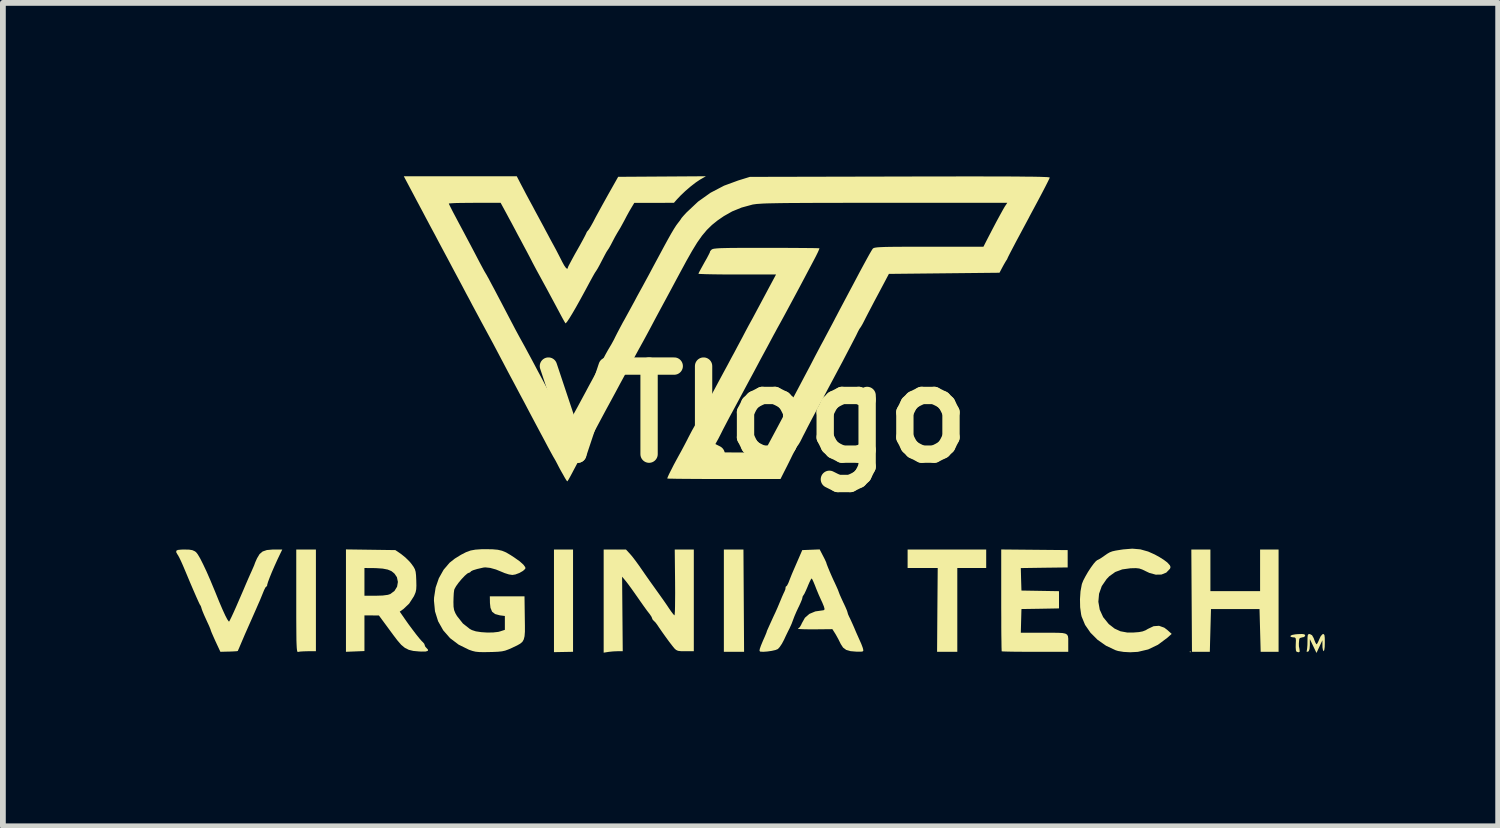
<source format=kicad_pcb>
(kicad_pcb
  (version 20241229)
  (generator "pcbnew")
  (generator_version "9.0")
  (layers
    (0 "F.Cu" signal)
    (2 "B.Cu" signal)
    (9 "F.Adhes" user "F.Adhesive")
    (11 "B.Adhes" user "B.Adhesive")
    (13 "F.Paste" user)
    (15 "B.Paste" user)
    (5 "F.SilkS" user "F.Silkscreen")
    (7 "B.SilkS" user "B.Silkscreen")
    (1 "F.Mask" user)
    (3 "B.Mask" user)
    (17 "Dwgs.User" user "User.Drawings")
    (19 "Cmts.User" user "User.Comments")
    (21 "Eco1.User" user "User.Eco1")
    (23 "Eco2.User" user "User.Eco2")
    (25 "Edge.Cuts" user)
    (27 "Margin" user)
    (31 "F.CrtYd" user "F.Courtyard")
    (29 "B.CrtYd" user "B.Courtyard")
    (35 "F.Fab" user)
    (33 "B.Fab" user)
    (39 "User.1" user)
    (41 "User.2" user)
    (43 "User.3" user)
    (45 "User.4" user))
  (footprint "VTlogo"
    (layer "F.Cu")
    (at 9.997 4.12)
    (property "Reference" "VTlogo" (at 0 0 0) (layer "F.SilkS") (effects (font (size 1.524 1.524) (thickness 0.3))))
    (attr board_only exclude_from_pos_files exclude_from_bom)
    (fp_poly (pts (xy -3.13 4.11) (xy -3.46 4.116) (xy -3.46 2.34) (xy -3.13 2.34)) (stroke (width 0) (type solid)) (fill yes) (layer "F.SilkS"))
    (fp_poly (pts (xy -0.17 4.11) (xy -0.52 4.11) (xy -0.52 2.34) (xy -0.181 2.34)) (stroke (width 0) (type solid)) (fill yes) (layer "F.SilkS"))
    (fp_poly (pts (xy 7.56 4.11) (xy 7.55 4.12) (xy 7.54 4.11) (xy 7.55 4.1)) (stroke (width 0) (type solid)) (fill yes) (layer "F.SilkS"))
    (fp_poly (pts (xy 4.02 2.66) (xy 3.52 2.66) (xy 3.52 3.385) (xy 3.52 4.11) (xy 3.17 4.11) (xy 3.175 3.385) (xy 3.181 2.66) (xy 2.66 2.66) (xy 2.66 2.34) (xy 4.02 2.34)) (stroke (width 0) (type solid)) (fill yes) (layer "F.SilkS"))
    (fp_poly (pts (xy 7.9 2.34) (xy 7.9 3.06) (xy 8.76 3.06) (xy 8.76 2.34) (xy 9.08 2.34) (xy 9.08 3.225) (xy 9.08 4.11) (xy 8.77 4.11) (xy 8.75 3.37) (xy 7.91 3.37) (xy 7.89 4.11) (xy 7.581 4.11) (xy 7.57 2.34)) (stroke (width 0) (type solid)) (fill yes) (layer "F.SilkS"))
    (fp_poly (pts (xy -7.58 4.1) (xy -7.718 4.1) (xy -7.793 4.102) (xy -7.854 4.106) (xy -7.888 4.112) (xy -7.896 4.112) (xy -7.902 4.103) (xy -7.907 4.082) (xy -7.911 4.046) (xy -7.914 3.991) (xy -7.917 3.914) (xy -7.918 3.812) (xy -7.919 3.681) (xy -7.92 3.518) (xy -7.92 3.32) (xy -7.92 3.232) (xy -7.92 2.34) (xy -7.58 2.34)) (stroke (width 0) (type solid)) (fill yes) (layer "F.SilkS"))
    (fp_poly (pts (xy 9.524 3.807) (xy 9.539 3.821) (xy 9.54 3.829) (xy 9.523 3.854) (xy 9.49 3.86) (xy 9.448 3.872) (xy 9.437 3.895) (xy 9.431 3.966) (xy 9.432 4.015) (xy 9.441 4.059) (xy 9.442 4.065) (xy 9.446 4.107) (xy 9.425 4.119) (xy 9.39 4.108) (xy 9.38 4.085) (xy 9.376 4.033) (xy 9.377 3.98) (xy 9.38 3.914) (xy 9.376 3.878) (xy 9.363 3.863) (xy 9.337 3.86) (xy 9.33 3.86) (xy 9.291 3.852) (xy 9.285 3.835) (xy 9.31 3.819) (xy 9.368 3.808) (xy 9.417 3.804) (xy 9.486 3.802)) (stroke (width 0) (type solid)) (fill yes) (layer "F.SilkS"))
    (fp_poly (pts (xy 5.43 2.35) (xy 5.43 2.65) (xy 5.024 2.655) (xy 4.619 2.661) (xy 4.624 2.855) (xy 4.63 3.05) (xy 5.28 3.061) (xy 5.28 3.359) (xy 4.955 3.365) (xy 4.63 3.37) (xy 4.619 3.78) (xy 5.017 3.78) (xy 5.158 3.78) (xy 5.263 3.781) (xy 5.339 3.785) (xy 5.389 3.795) (xy 5.42 3.813) (xy 5.435 3.841) (xy 5.44 3.882) (xy 5.44 3.938) (xy 5.44 3.977) (xy 5.44 4.11) (xy 4.868 4.11) (xy 4.721 4.11) (xy 4.588 4.109) (xy 4.473 4.108) (xy 4.381 4.106) (xy 4.318 4.104) (xy 4.29 4.102) (xy 4.288 4.102) (xy 4.287 4.081) (xy 4.285 4.024) (xy 4.284 3.935) (xy 4.282 3.818) (xy 4.281 3.678) (xy 4.281 3.518) (xy 4.28 3.343) (xy 4.28 3.216) (xy 4.28 2.339)) (stroke (width 0) (type solid)) (fill yes) (layer "F.SilkS"))
    (fp_poly (pts (xy 9.623 3.804) (xy 9.659 3.823) (xy 9.688 3.874) (xy 9.695 3.895) (xy 9.715 3.946) (xy 9.732 3.976) (xy 9.738 3.98) (xy 9.752 3.963) (xy 9.773 3.92) (xy 9.783 3.895) (xy 9.808 3.842) (xy 9.836 3.809) (xy 9.847 3.804) (xy 9.864 3.805) (xy 9.874 3.824) (xy 9.879 3.867) (xy 9.88 3.942) (xy 9.88 3.949) (xy 9.878 4.025) (xy 9.871 4.078) (xy 9.861 4.1) (xy 9.86 4.1) (xy 9.848 4.082) (xy 9.84 4.036) (xy 9.839 4.005) (xy 9.838 3.91) (xy 9.787 4.02) (xy 9.736 4.13) (xy 9.621 3.89) (xy 9.621 3.993) (xy 9.616 4.061) (xy 9.602 4.098) (xy 9.588 4.108) (xy 9.565 4.11) (xy 9.568 4.089) (xy 9.574 4.053) (xy 9.579 3.991) (xy 9.58 3.927) (xy 9.581 3.857) (xy 9.586 3.819) (xy 9.598 3.804) (xy 9.619 3.803)) (stroke (width 0) (type solid)) (fill yes) (layer "F.SilkS"))
    (fp_poly (pts (xy -1.205 2.34) (xy -1.04 2.34) (xy -1.04 4.1) (xy -1.186 4.1) (xy -1.264 4.099) (xy -1.313 4.093) (xy -1.346 4.078) (xy -1.374 4.053) (xy -1.381 4.045) (xy -1.418 3.999) (xy -1.471 3.93) (xy -1.53 3.849) (xy -1.589 3.766) (xy -1.641 3.691) (xy -1.668 3.65) (xy -1.701 3.605) (xy -1.731 3.575) (xy -1.733 3.574) (xy -1.757 3.546) (xy -1.76 3.534) (xy -1.772 3.504) (xy -1.802 3.459) (xy -1.817 3.44) (xy -1.852 3.395) (xy -1.901 3.327) (xy -1.959 3.245) (xy -2.012 3.169) (xy -2.073 3.082) (xy -2.133 2.998) (xy -2.184 2.929) (xy -2.215 2.889) (xy -2.281 2.81) (xy -2.27 4.1) (xy -2.36 4.1) (xy -2.436 4.103) (xy -2.512 4.111) (xy -2.525 4.113) (xy -2.6 4.125) (xy -2.6 2.34) (xy -2.214 2.34) (xy -2.142 2.418) (xy -2.099 2.469) (xy -2.044 2.541) (xy -1.984 2.624) (xy -1.95 2.673) (xy -1.885 2.767) (xy -1.808 2.877) (xy -1.73 2.986) (xy -1.69 3.042) (xy -1.625 3.133) (xy -1.559 3.226) (xy -1.501 3.31) (xy -1.47 3.357) (xy -1.429 3.416) (xy -1.395 3.46) (xy -1.376 3.479) (xy -1.374 3.479) (xy -1.371 3.46) (xy -1.367 3.406) (xy -1.365 3.322) (xy -1.364 3.213) (xy -1.363 3.085) (xy -1.364 2.941) (xy -1.364 2.91) (xy -1.37 2.34)) (stroke (width 0) (type solid)) (fill yes) (layer "F.SilkS"))
    (fp_poly (pts (xy -6.633 2.344) (xy -6.205 2.35) (xy -6.104 2.419) (xy -6.032 2.477) (xy -5.96 2.548) (xy -5.926 2.589) (xy -5.89 2.639) (xy -5.867 2.681) (xy -5.854 2.726) (xy -5.847 2.786) (xy -5.843 2.872) (xy -5.841 2.964) (xy -5.844 3.028) (xy -5.854 3.078) (xy -5.874 3.127) (xy -5.886 3.152) (xy -5.967 3.277) (xy -6.07 3.374) (xy -6.083 3.382) (xy -6.129 3.415) (xy -6.041 3.542) (xy -5.977 3.633) (xy -5.91 3.723) (xy -5.847 3.806) (xy -5.791 3.876) (xy -5.748 3.925) (xy -5.726 3.946) (xy -5.702 3.976) (xy -5.7 3.989) (xy -5.686 4.023) (xy -5.67 4.04) (xy -5.64 4.073) (xy -5.643 4.094) (xy -5.681 4.105) (xy -5.756 4.106) (xy -5.795 4.104) (xy -5.894 4.095) (xy -5.972 4.076) (xy -6.04 4.042) (xy -6.104 3.989) (xy -6.172 3.91) (xy -6.238 3.823) (xy -6.289 3.754) (xy -6.349 3.672) (xy -6.4 3.603) (xy -6.49 3.481) (xy -6.74 3.48) (xy -6.74 4.097) (xy -7.06 4.11) (xy -7.06 3.224) (xy -7.06 2.66) (xy -6.74 2.66) (xy -6.74 3.14) (xy -6.548 3.14) (xy -6.423 3.136) (xy -6.334 3.124) (xy -6.292 3.11) (xy -6.22 3.056) (xy -6.175 2.983) (xy -6.161 2.901) (xy -6.178 2.819) (xy -6.22 2.757) (xy -6.271 2.715) (xy -6.337 2.687) (xy -6.424 2.67) (xy -6.54 2.662) (xy -6.595 2.661) (xy -6.74 2.66) (xy -7.06 2.66) (xy -7.06 2.338)) (stroke (width 0) (type solid)) (fill yes) (layer "F.SilkS"))
    (fp_poly (pts (xy 6.688 2.337) (xy 6.823 2.375) (xy 6.935 2.425) (xy 7.017 2.47) (xy 7.093 2.518) (xy 7.149 2.56) (xy 7.162 2.572) (xy 7.199 2.614) (xy 7.21 2.643) (xy 7.201 2.672) (xy 7.198 2.675) (xy 7.137 2.739) (xy 7.054 2.773) (xy 6.954 2.775) (xy 6.844 2.745) (xy 6.787 2.718) (xy 6.721 2.686) (xy 6.668 2.668) (xy 6.611 2.662) (xy 6.533 2.664) (xy 6.52 2.664) (xy 6.374 2.684) (xy 6.253 2.729) (xy 6.15 2.803) (xy 6.104 2.851) (xy 6.02 2.973) (xy 5.973 3.106) (xy 5.961 3.244) (xy 5.985 3.381) (xy 6.044 3.51) (xy 6.137 3.625) (xy 6.145 3.633) (xy 6.243 3.709) (xy 6.344 3.755) (xy 6.459 3.776) (xy 6.572 3.776) (xy 6.663 3.769) (xy 6.727 3.757) (xy 6.779 3.737) (xy 6.818 3.714) (xy 6.917 3.667) (xy 7.011 3.66) (xy 7.101 3.692) (xy 7.152 3.73) (xy 7.23 3.8) (xy 7.15 3.871) (xy 6.991 3.989) (xy 6.823 4.069) (xy 6.645 4.111) (xy 6.512 4.118) (xy 6.399 4.112) (xy 6.302 4.096) (xy 6.26 4.083) (xy 6.094 4.005) (xy 5.947 3.902) (xy 5.825 3.78) (xy 5.731 3.644) (xy 5.671 3.499) (xy 5.663 3.464) (xy 5.646 3.341) (xy 5.643 3.202) (xy 5.652 3.064) (xy 5.674 2.945) (xy 5.677 2.934) (xy 5.699 2.878) (xy 5.736 2.807) (xy 5.781 2.729) (xy 5.83 2.654) (xy 5.877 2.589) (xy 5.918 2.542) (xy 5.945 2.521) (xy 5.948 2.521) (xy 5.972 2.509) (xy 6.018 2.481) (xy 6.065 2.448) (xy 6.117 2.412) (xy 6.159 2.388) (xy 6.204 2.371) (xy 6.262 2.358) (xy 6.344 2.345) (xy 6.39 2.338) (xy 6.548 2.325)) (stroke (width 0) (type solid)) (fill yes) (layer "F.SilkS"))
    (fp_poly (pts (xy -4.523 2.336) (xy -4.433 2.344) (xy -4.359 2.361) (xy -4.289 2.39) (xy -4.211 2.436) (xy -4.148 2.477) (xy -4.052 2.545) (xy -3.988 2.603) (xy -3.956 2.647) (xy -3.956 2.673) (xy -3.996 2.71) (xy -4.059 2.746) (xy -4.129 2.772) (xy -4.181 2.78) (xy -4.24 2.771) (xy -4.313 2.748) (xy -4.356 2.73) (xy -4.463 2.686) (xy -4.564 2.658) (xy -4.648 2.649) (xy -4.681 2.652) (xy -4.789 2.677) (xy -4.861 2.699) (xy -4.897 2.717) (xy -4.9 2.723) (xy -4.916 2.738) (xy -4.928 2.74) (xy -4.959 2.755) (xy -5.005 2.795) (xy -5.058 2.851) (xy -5.11 2.913) (xy -5.154 2.974) (xy -5.182 3.024) (xy -5.187 3.041) (xy -5.194 3.094) (xy -5.198 3.17) (xy -5.2 3.249) (xy -5.198 3.33) (xy -5.188 3.389) (xy -5.167 3.441) (xy -5.138 3.491) (xy -5.036 3.62) (xy -4.917 3.714) (xy -4.88 3.734) (xy -4.812 3.756) (xy -4.719 3.77) (xy -4.613 3.777) (xy -4.51 3.775) (xy -4.422 3.765) (xy -4.39 3.756) (xy -4.31 3.73) (xy -4.31 3.49) (xy -4.396 3.479) (xy -4.478 3.457) (xy -4.531 3.416) (xy -4.559 3.348) (xy -4.568 3.267) (xy -4.57 3.15) (xy -3.97 3.15) (xy -3.965 3.518) (xy -3.963 3.657) (xy -3.963 3.762) (xy -3.969 3.84) (xy -3.983 3.896) (xy -4.007 3.938) (xy -4.045 3.97) (xy -4.098 4) (xy -4.17 4.034) (xy -4.186 4.042) (xy -4.251 4.07) (xy -4.306 4.09) (xy -4.361 4.102) (xy -4.429 4.109) (xy -4.521 4.113) (xy -4.57 4.114) (xy -4.677 4.116) (xy -4.756 4.114) (xy -4.817 4.108) (xy -4.871 4.095) (xy -4.929 4.075) (xy -4.936 4.072) (xy -5.11 3.986) (xy -5.258 3.874) (xy -5.377 3.738) (xy -5.465 3.582) (xy -5.519 3.41) (xy -5.537 3.225) (xy -5.535 3.171) (xy -5.508 2.998) (xy -5.452 2.836) (xy -5.37 2.69) (xy -5.267 2.569) (xy -5.176 2.497) (xy -5.069 2.431) (xy -4.982 2.386) (xy -4.903 2.357) (xy -4.82 2.342) (xy -4.719 2.335) (xy -4.64 2.334)) (stroke (width 0) (type solid)) (fill yes) (layer "F.SilkS"))
    (fp_poly (pts (xy -8.189 2.395) (xy -8.244 2.51) (xy -8.296 2.625) (xy -8.343 2.733) (xy -8.381 2.827) (xy -8.409 2.902) (xy -8.423 2.95) (xy -8.424 2.965) (xy -8.434 2.98) (xy -8.437 2.98) (xy -8.454 2.997) (xy -8.476 3.041) (xy -8.49 3.075) (xy -8.514 3.134) (xy -8.548 3.217) (xy -8.589 3.31) (xy -8.615 3.37) (xy -8.693 3.547) (xy -8.757 3.691) (xy -8.809 3.809) (xy -8.85 3.905) (xy -8.882 3.98) (xy -8.907 4.039) (xy -8.926 4.082) (xy -8.932 4.096) (xy -8.953 4.1) (xy -9.003 4.103) (xy -9.072 4.106) (xy -9.084 4.106) (xy -9.233 4.11) (xy -9.317 3.93) (xy -9.352 3.852) (xy -9.38 3.788) (xy -9.397 3.746) (xy -9.4 3.735) (xy -9.408 3.712) (xy -9.429 3.661) (xy -9.461 3.592) (xy -9.48 3.55) (xy -9.515 3.473) (xy -9.542 3.408) (xy -9.558 3.364) (xy -9.56 3.354) (xy -9.573 3.316) (xy -9.578 3.309) (xy -9.591 3.288) (xy -9.614 3.239) (xy -9.649 3.161) (xy -9.697 3.051) (xy -9.758 2.909) (xy -9.832 2.732) (xy -9.882 2.614) (xy -9.915 2.54) (xy -9.946 2.476) (xy -9.969 2.435) (xy -9.97 2.435) (xy -9.996 2.39) (xy -9.997 2.362) (xy -9.969 2.347) (xy -9.908 2.341) (xy -9.855 2.34) (xy -9.773 2.342) (xy -9.718 2.351) (xy -9.678 2.369) (xy -9.655 2.385) (xy -9.625 2.423) (xy -9.583 2.494) (xy -9.532 2.595) (xy -9.472 2.722) (xy -9.407 2.871) (xy -9.337 3.039) (xy -9.32 3.08) (xy -9.254 3.243) (xy -9.197 3.376) (xy -9.15 3.479) (xy -9.114 3.548) (xy -9.09 3.583) (xy -9.081 3.586) (xy -9.066 3.558) (xy -9.038 3.501) (xy -9 3.419) (xy -8.956 3.32) (xy -8.908 3.209) (xy -8.858 3.094) (xy -8.839 3.05) (xy -8.797 2.951) (xy -8.753 2.849) (xy -8.714 2.761) (xy -8.697 2.724) (xy -8.669 2.66) (xy -8.648 2.612) (xy -8.64 2.589) (xy -8.64 2.589) (xy -8.632 2.567) (xy -8.612 2.521) (xy -8.597 2.489) (xy -8.555 2.419) (xy -8.502 2.374) (xy -8.429 2.349) (xy -8.327 2.34) (xy -8.302 2.34) (xy -8.162 2.34)) (stroke (width 0) (type solid)) (fill yes) (layer "F.SilkS"))
    (fp_poly (pts (xy 1.193 2.444) (xy 1.223 2.502) (xy 1.243 2.545) (xy 1.25 2.56) (xy 1.26 2.593) (xy 1.283 2.652) (xy 1.314 2.727) (xy 1.349 2.807) (xy 1.383 2.882) (xy 1.392 2.9) (xy 1.425 2.972) (xy 1.454 3.037) (xy 1.47 3.08) (xy 1.486 3.122) (xy 1.515 3.187) (xy 1.549 3.261) (xy 1.553 3.268) (xy 1.585 3.337) (xy 1.609 3.393) (xy 1.62 3.426) (xy 1.62 3.428) (xy 1.629 3.46) (xy 1.65 3.507) (xy 1.652 3.51) (xy 1.677 3.562) (xy 1.709 3.633) (xy 1.732 3.685) (xy 1.768 3.77) (xy 1.808 3.86) (xy 1.828 3.905) (xy 1.858 3.972) (xy 1.881 4.033) (xy 1.889 4.06) (xy 1.894 4.088) (xy 1.886 4.102) (xy 1.857 4.108) (xy 1.797 4.108) (xy 1.781 4.108) (xy 1.674 4.099) (xy 1.597 4.077) (xy 1.543 4.037) (xy 1.502 3.974) (xy 1.497 3.963) (xy 1.46 3.889) (xy 1.419 3.815) (xy 1.407 3.795) (xy 1.358 3.718) (xy 1.068 3.721) (xy 0.964 3.721) (xy 0.875 3.72) (xy 0.808 3.717) (xy 0.77 3.714) (xy 0.765 3.712) (xy 0.768 3.701) (xy 0.774 3.7) (xy 0.794 3.683) (xy 0.819 3.64) (xy 0.83 3.615) (xy 0.883 3.521) (xy 0.96 3.454) (xy 1.063 3.411) (xy 1.196 3.392) (xy 1.2 3.392) (xy 1.218 3.385) (xy 1.222 3.365) (xy 1.211 3.325) (xy 1.184 3.259) (xy 1.161 3.21) (xy 1.121 3.121) (xy 1.08 3.022) (xy 1.058 2.965) (xy 1.032 2.902) (xy 1.011 2.857) (xy 0.998 2.84) (xy 0.986 2.857) (xy 0.963 2.903) (xy 0.935 2.967) (xy 0.93 2.981) (xy 0.9 3.05) (xy 0.875 3.103) (xy 0.858 3.131) (xy 0.856 3.132) (xy 0.841 3.159) (xy 0.84 3.172) (xy 0.832 3.203) (xy 0.809 3.259) (xy 0.778 3.327) (xy 0.772 3.338) (xy 0.735 3.417) (xy 0.702 3.494) (xy 0.68 3.552) (xy 0.68 3.552) (xy 0.653 3.624) (xy 0.621 3.695) (xy 0.619 3.7) (xy 0.591 3.755) (xy 0.555 3.829) (xy 0.522 3.9) (xy 0.485 3.97) (xy 0.446 4.028) (xy 0.415 4.062) (xy 0.374 4.079) (xy 0.307 4.094) (xy 0.231 4.105) (xy 0.161 4.11) (xy 0.111 4.107) (xy 0.106 4.105) (xy 0.097 4.092) (xy 0.102 4.059) (xy 0.122 4.002) (xy 0.158 3.915) (xy 0.177 3.873) (xy 0.201 3.817) (xy 0.217 3.778) (xy 0.22 3.767) (xy 0.228 3.743) (xy 0.253 3.687) (xy 0.292 3.601) (xy 0.343 3.489) (xy 0.371 3.43) (xy 0.407 3.349) (xy 0.444 3.261) (xy 0.457 3.23) (xy 0.486 3.16) (xy 0.515 3.095) (xy 0.527 3.071) (xy 0.545 3.027) (xy 0.548 2.998) (xy 0.548 2.996) (xy 0.552 2.981) (xy 0.556 2.98) (xy 0.574 2.963) (xy 0.596 2.92) (xy 0.606 2.895) (xy 0.626 2.843) (xy 0.657 2.765) (xy 0.697 2.672) (xy 0.737 2.58) (xy 0.837 2.35) (xy 0.988 2.344) (xy 1.138 2.338)) (stroke (width 0) (type solid)) (fill yes) (layer "F.SilkS"))
    (fp_poly (pts (xy -4.029 -3.975) (xy -3.993 -3.907) (xy -3.944 -3.813) (xy -3.886 -3.705) (xy -3.824 -3.591) (xy -3.792 -3.53) (xy -3.735 -3.425) (xy -3.683 -3.328) (xy -3.638 -3.245) (xy -3.606 -3.184) (xy -3.593 -3.16) (xy -3.566 -3.11) (xy -3.528 -3.038) (xy -3.484 -2.957) (xy -3.469 -2.93) (xy -3.42 -2.839) (xy -3.37 -2.742) (xy -3.327 -2.658) (xy -3.321 -2.645) (xy -3.283 -2.576) (xy -3.252 -2.532) (xy -3.229 -2.517) (xy -3.22 -2.535) (xy -3.22 -2.539) (xy -3.211 -2.562) (xy -3.184 -2.613) (xy -3.145 -2.686) (xy -3.096 -2.776) (xy -3.06 -2.839) (xy -3.006 -2.935) (xy -2.96 -3.019) (xy -2.925 -3.085) (xy -2.904 -3.127) (xy -2.9 -3.138) (xy -2.886 -3.164) (xy -2.874 -3.177) (xy -2.853 -3.204) (xy -2.821 -3.257) (xy -2.783 -3.325) (xy -2.773 -3.344) (xy -2.738 -3.412) (xy -2.687 -3.505) (xy -2.628 -3.613) (xy -2.564 -3.728) (xy -2.524 -3.8) (xy -2.349 -4.11) (xy -1.589 -4.115) (xy -0.83 -4.12) (xy -0.933 -4.061) (xy -1.006 -4.012) (xy -1.095 -3.943) (xy -1.188 -3.863) (xy -1.273 -3.782) (xy -1.336 -3.715) (xy -1.384 -3.66) (xy -2.07 -3.659) (xy -2.121 -3.574) (xy -2.158 -3.511) (xy -2.202 -3.431) (xy -2.239 -3.36) (xy -2.278 -3.288) (xy -2.314 -3.223) (xy -2.34 -3.18) (xy -2.366 -3.137) (xy -2.403 -3.072) (xy -2.441 -3) (xy -2.477 -2.931) (xy -2.509 -2.874) (xy -2.531 -2.841) (xy -2.532 -2.84) (xy -2.552 -2.809) (xy -2.583 -2.752) (xy -2.62 -2.681) (xy -2.631 -2.66) (xy -2.669 -2.587) (xy -2.703 -2.525) (xy -2.727 -2.486) (xy -2.731 -2.48) (xy -2.752 -2.449) (xy -2.784 -2.393) (xy -2.823 -2.322) (xy -2.835 -2.3) (xy -2.923 -2.136) (xy -3.005 -1.986) (xy -3.078 -1.855) (xy -3.142 -1.745) (xy -3.194 -1.66) (xy -3.233 -1.602) (xy -3.256 -1.576) (xy -3.261 -1.575) (xy -3.275 -1.597) (xy -3.304 -1.648) (xy -3.343 -1.72) (xy -3.388 -1.805) (xy -3.391 -1.81) (xy -3.448 -1.917) (xy -3.516 -2.043) (xy -3.585 -2.172) (xy -3.643 -2.278) (xy -3.699 -2.381) (xy -3.755 -2.483) (xy -3.803 -2.573) (xy -3.839 -2.641) (xy -3.842 -2.648) (xy -3.882 -2.725) (xy -3.932 -2.82) (xy -3.982 -2.913) (xy -3.991 -2.93) (xy -4.036 -3.015) (xy -4.081 -3.098) (xy -4.117 -3.166) (xy -4.124 -3.18) (xy -4.154 -3.236) (xy -4.196 -3.315) (xy -4.245 -3.405) (xy -4.277 -3.465) (xy -4.383 -3.66) (xy -4.832 -3.66) (xy -4.961 -3.659) (xy -5.075 -3.658) (xy -5.17 -3.656) (xy -5.238 -3.652) (xy -5.275 -3.649) (xy -5.28 -3.647) (xy -5.271 -3.626) (xy -5.246 -3.576) (xy -5.208 -3.501) (xy -5.159 -3.409) (xy -5.103 -3.303) (xy -5.097 -3.292) (xy -5.029 -3.165) (xy -4.958 -3.031) (xy -4.889 -2.901) (xy -4.829 -2.787) (xy -4.794 -2.72) (xy -4.746 -2.628) (xy -4.702 -2.546) (xy -4.667 -2.481) (xy -4.644 -2.442) (xy -4.643 -2.44) (xy -4.634 -2.425) (xy -4.623 -2.407) (xy -4.61 -2.382) (xy -4.591 -2.349) (xy -4.567 -2.303) (xy -4.534 -2.241) (xy -4.491 -2.161) (xy -4.437 -2.058) (xy -4.369 -1.929) (xy -4.287 -1.772) (xy -4.188 -1.583) (xy -4.181 -1.57) (xy -4.132 -1.476) (xy -4.085 -1.389) (xy -4.047 -1.319) (xy -4.022 -1.274) (xy -4.02 -1.27) (xy -4.001 -1.236) (xy -3.966 -1.173) (xy -3.919 -1.085) (xy -3.861 -0.978) (xy -3.797 -0.858) (xy -3.74 -0.75) (xy -3.668 -0.616) (xy -3.599 -0.485) (xy -3.534 -0.364) (xy -3.479 -0.26) (xy -3.435 -0.179) (xy -3.414 -0.14) (xy -3.371 -0.058) (xy -3.329 0.023) (xy -3.297 0.087) (xy -3.293 0.095) (xy -3.265 0.144) (xy -3.24 0.171) (xy -3.231 0.174) (xy -3.222 0.167) (xy -3.208 0.147) (xy -3.186 0.113) (xy -3.155 0.059) (xy -3.113 -0.017) (xy -3.057 -0.118) (xy -2.987 -0.248) (xy -2.913 -0.385) (xy -2.861 -0.483) (xy -2.801 -0.593) (xy -2.748 -0.692) (xy -2.746 -0.695) (xy -2.699 -0.783) (xy -2.652 -0.874) (xy -2.613 -0.95) (xy -2.608 -0.96) (xy -2.568 -1.036) (xy -2.525 -1.113) (xy -2.503 -1.15) (xy -2.465 -1.214) (xy -2.422 -1.293) (xy -2.398 -1.342) (xy -2.363 -1.411) (xy -2.316 -1.5) (xy -2.266 -1.594) (xy -2.244 -1.632) (xy -2.191 -1.729) (xy -2.135 -1.831) (xy -2.085 -1.923) (xy -2.07 -1.95) (xy -2.023 -2.039) (xy -1.971 -2.134) (xy -1.929 -2.21) (xy -1.877 -2.306) (xy -1.814 -2.422) (xy -1.739 -2.563) (xy -1.649 -2.73) (xy -1.561 -2.894) (xy -1.489 -3.026) (xy -1.431 -3.129) (xy -1.384 -3.208) (xy -1.347 -3.266) (xy -1.319 -3.304) (xy -1.284 -3.349) (xy -1.263 -3.379) (xy -1.26 -3.385) (xy -1.247 -3.403) (xy -1.214 -3.441) (xy -1.167 -3.492) (xy -1.165 -3.494) (xy -0.966 -3.681) (xy -0.751 -3.834) (xy -0.516 -3.957) (xy -0.271 -4.047) (xy -0.07 -4.109) (xy 2.525 -4.115) (xy 2.922 -4.116) (xy 3.281 -4.116) (xy 3.603 -4.117) (xy 3.89 -4.117) (xy 4.142 -4.116) (xy 4.361 -4.116) (xy 4.55 -4.115) (xy 4.708 -4.113) (xy 4.839 -4.112) (xy 4.943 -4.11) (xy 5.021 -4.107) (xy 5.076 -4.105) (xy 5.108 -4.101) (xy 5.12 -4.098) (xy 5.12 -4.098) (xy 5.111 -4.075) (xy 5.085 -4.022) (xy 5.044 -3.941) (xy 4.99 -3.837) (xy 4.925 -3.714) (xy 4.851 -3.576) (xy 4.771 -3.427) (xy 4.759 -3.403) (xy 4.678 -3.252) (xy 4.603 -3.112) (xy 4.536 -2.987) (xy 4.48 -2.88) (xy 4.436 -2.796) (xy 4.407 -2.739) (xy 4.394 -2.713) (xy 4.394 -2.712) (xy 4.379 -2.678) (xy 4.373 -2.671) (xy 4.355 -2.642) (xy 4.326 -2.592) (xy 4.303 -2.55) (xy 4.25 -2.45) (xy 3.293 -2.44) (xy 2.336 -2.43) (xy 2.262 -2.29) (xy 2.22 -2.211) (xy 2.167 -2.111) (xy 2.112 -2.008) (xy 2.081 -1.95) (xy 2.031 -1.854) (xy 1.98 -1.757) (xy 1.936 -1.672) (xy 1.915 -1.63) (xy 1.883 -1.568) (xy 1.856 -1.521) (xy 1.842 -1.5) (xy 1.826 -1.477) (xy 1.801 -1.431) (xy 1.791 -1.41) (xy 1.769 -1.364) (xy 1.729 -1.287) (xy 1.675 -1.183) (xy 1.609 -1.057) (xy 1.534 -0.913) (xy 1.45 -0.756) (xy 1.361 -0.589) (xy 1.34 -0.55) (xy 1.227 -0.338) (xy 1.131 -0.158) (xy 1.05 -0.007) (xy 0.983 0.12) (xy 0.928 0.225) (xy 0.884 0.312) (xy 0.847 0.383) (xy 0.834 0.41) (xy 0.802 0.473) (xy 0.775 0.519) (xy 0.759 0.54) (xy 0.744 0.562) (xy 0.716 0.61) (xy 0.682 0.677) (xy 0.67 0.7) (xy 0.624 0.794) (xy 0.573 0.897) (xy 0.528 0.985) (xy 0.46 1.12) (xy -0.52 1.12) (xy -0.714 1.12) (xy -0.895 1.119) (xy -1.059 1.118) (xy -1.203 1.117) (xy -1.323 1.116) (xy -1.415 1.114) (xy -1.475 1.113) (xy -1.5 1.111) (xy -1.5 1.111) (xy -1.491 1.085) (xy -1.467 1.032) (xy -1.43 0.959) (xy -1.387 0.874) (xy -1.339 0.785) (xy -1.309 0.73) (xy -1.256 0.634) (xy -1.199 0.527) (xy -1.149 0.431) (xy -1.144 0.42) (xy -1.104 0.343) (xy -1.068 0.275) (xy -1.041 0.227) (xy -1.037 0.22) (xy -1.013 0.18) (xy -0.977 0.116) (xy -0.935 0.039) (xy -0.92 0.01) (xy -0.882 -0.061) (xy -0.828 -0.161) (xy -0.763 -0.282) (xy -0.69 -0.418) (xy -0.613 -0.562) (xy -0.535 -0.707) (xy -0.459 -0.847) (xy -0.391 -0.975) (xy -0.339 -1.07) (xy -0.29 -1.163) (xy -0.237 -1.262) (xy -0.191 -1.348) (xy -0.185 -1.36) (xy -0.141 -1.444) (xy -0.094 -1.532) (xy -0.06 -1.594) (xy -0.024 -1.659) (xy 0.022 -1.745) (xy 0.071 -1.837) (xy 0.091 -1.874) (xy 0.145 -1.975) (xy 0.207 -2.091) (xy 0.266 -2.202) (xy 0.284 -2.235) (xy 0.383 -2.42) (xy -0.288 -2.42) (xy -0.448 -2.42) (xy -0.594 -2.421) (xy -0.721 -2.423) (xy -0.826 -2.425) (xy -0.904 -2.428) (xy -0.95 -2.43) (xy -0.96 -2.433) (xy -0.951 -2.454) (xy -0.925 -2.503) (xy -0.888 -2.57) (xy -0.856 -2.628) (xy -0.814 -2.702) (xy -0.782 -2.763) (xy -0.763 -2.801) (xy -0.761 -2.811) (xy -0.756 -2.824) (xy -0.736 -2.847) (xy -0.725 -2.855) (xy -0.708 -2.862) (xy -0.681 -2.867) (xy -0.641 -2.871) (xy -0.584 -2.875) (xy -0.507 -2.877) (xy -0.406 -2.879) (xy -0.277 -2.88) (xy -0.118 -2.881) (xy 0.076 -2.881) (xy 0.212 -2.881) (xy 0.399 -2.881) (xy 0.574 -2.88) (xy 0.732 -2.879) (xy 0.87 -2.878) (xy 0.982 -2.877) (xy 1.067 -2.876) (xy 1.119 -2.874) (xy 1.134 -2.873) (xy 1.128 -2.853) (xy 1.107 -2.805) (xy 1.074 -2.738) (xy 1.037 -2.667) (xy 0.983 -2.565) (xy 0.924 -2.454) (xy 0.871 -2.353) (xy 0.848 -2.31) (xy 0.788 -2.197) (xy 0.72 -2.07) (xy 0.649 -1.938) (xy 0.578 -1.806) (xy 0.512 -1.684) (xy 0.454 -1.578) (xy 0.408 -1.495) (xy 0.389 -1.46) (xy 0.373 -1.43) (xy 0.34 -1.37) (xy 0.294 -1.284) (xy 0.237 -1.177) (xy 0.171 -1.055) (xy 0.099 -0.922) (xy 0.077 -0.88) (xy 0.002 -0.739) (xy -0.071 -0.604) (xy -0.138 -0.479) (xy -0.196 -0.371) (xy -0.242 -0.285) (xy -0.273 -0.227) (xy -0.277 -0.22) (xy -0.355 -0.075) (xy -0.417 0.039) (xy -0.465 0.13) (xy -0.502 0.201) (xy -0.532 0.258) (xy -0.556 0.306) (xy -0.573 0.34) (xy -0.614 0.42) (xy -0.66 0.503) (xy -0.684 0.542) (xy -0.715 0.596) (xy -0.735 0.635) (xy -0.74 0.647) (xy -0.721 0.651) (xy -0.667 0.654) (xy -0.585 0.657) (xy -0.48 0.659) (xy -0.357 0.66) (xy -0.283 0.66) (xy 0.174 0.66) (xy 0.375 0.285) (xy 0.499 0.052) (xy 0.625 -0.183) (xy 0.748 -0.414) (xy 0.863 -0.632) (xy 0.968 -0.83) (xy 1.056 -1) (xy 1.104 -1.091) (xy 1.16 -1.197) (xy 1.215 -1.298) (xy 1.226 -1.32) (xy 1.274 -1.41) (xy 1.323 -1.502) (xy 1.364 -1.579) (xy 1.375 -1.6) (xy 1.392 -1.632) (xy 1.409 -1.666) (xy 1.43 -1.705) (xy 1.455 -1.753) (xy 1.487 -1.814) (xy 1.528 -1.891) (xy 1.58 -1.989) (xy 1.644 -2.11) (xy 1.723 -2.258) (xy 1.818 -2.438) (xy 1.835 -2.47) (xy 1.895 -2.581) (xy 1.95 -2.682) (xy 1.997 -2.767) (xy 2.033 -2.829) (xy 2.054 -2.862) (xy 2.056 -2.865) (xy 2.065 -2.873) (xy 2.08 -2.88) (xy 2.104 -2.885) (xy 2.141 -2.89) (xy 2.194 -2.893) (xy 2.266 -2.896) (xy 2.36 -2.898) (xy 2.482 -2.899) (xy 2.633 -2.9) (xy 2.817 -2.9) (xy 3.029 -2.9) (xy 3.972 -2.9) (xy 4.046 -3.045) (xy 4.127 -3.201) (xy 4.199 -3.338) (xy 4.261 -3.452) (xy 4.309 -3.539) (xy 4.342 -3.596) (xy 4.348 -3.605) (xy 4.385 -3.66) (xy 2.251 -3.66) (xy 1.907 -3.66) (xy 1.601 -3.66) (xy 1.329 -3.659) (xy 1.091 -3.659) (xy 0.884 -3.658) (xy 0.705 -3.657) (xy 0.552 -3.656) (xy 0.422 -3.654) (xy 0.314 -3.652) (xy 0.225 -3.65) (xy 0.152 -3.647) (xy 0.094 -3.643) (xy 0.048 -3.64) (xy 0.012 -3.635) (xy -0.017 -3.631) (xy -0.026 -3.629) (xy -0.213 -3.578) (xy -0.377 -3.511) (xy -0.52 -3.43) (xy -0.629 -3.355) (xy -0.726 -3.277) (xy -0.814 -3.191) (xy -0.898 -3.091) (xy -0.982 -2.972) (xy -1.07 -2.828) (xy -1.168 -2.655) (xy -1.203 -2.59) (xy -1.273 -2.461) (xy -1.351 -2.316) (xy -1.429 -2.17) (xy -1.499 -2.04) (xy -1.515 -2.01) (xy -1.573 -1.903) (xy -1.629 -1.799) (xy -1.679 -1.706) (xy -1.717 -1.635) (xy -1.728 -1.614) (xy -1.791 -1.495) (xy -1.841 -1.402) (xy -1.882 -1.326) (xy -1.919 -1.258) (xy -1.958 -1.188) (xy -1.962 -1.18) (xy -1.99 -1.13) (xy -2.034 -1.049) (xy -2.091 -0.944) (xy -2.159 -0.818) (xy -2.235 -0.678) (xy -2.317 -0.527) (xy -2.4 -0.372) (xy -2.484 -0.217) (xy -2.565 -0.068) (xy -2.64 0.072) (xy -2.706 0.196) (xy -2.761 0.299) (xy -2.803 0.377) (xy -2.826 0.42) (xy -2.863 0.491) (xy -2.911 0.58) (xy -2.961 0.67) (xy -2.971 0.69) (xy -3.025 0.788) (xy -3.083 0.897) (xy -3.135 0.995) (xy -3.14 1.005) (xy -3.177 1.074) (xy -3.207 1.128) (xy -3.226 1.157) (xy -3.23 1.16) (xy -3.244 1.144) (xy -3.268 1.105) (xy -3.274 1.095) (xy -3.305 1.039) (xy -3.332 0.992) (xy -3.333 0.99) (xy -3.357 0.947) (xy -3.388 0.888) (xy -3.397 0.87) (xy -3.43 0.807) (xy -3.462 0.751) (xy -3.469 0.74) (xy -3.485 0.711) (xy -3.518 0.651) (xy -3.565 0.564) (xy -3.622 0.456) (xy -3.689 0.331) (xy -3.762 0.194) (xy -3.812 0.1) (xy -3.891 -0.049) (xy -3.967 -0.194) (xy -4.039 -0.328) (xy -4.102 -0.447) (xy -4.154 -0.545) (xy -4.192 -0.616) (xy -4.205 -0.64) (xy -4.254 -0.732) (xy -4.306 -0.831) (xy -4.351 -0.917) (xy -4.353 -0.92) (xy -4.425 -1.057) (xy -4.508 -1.214) (xy -4.596 -1.377) (xy -4.668 -1.51) (xy -4.713 -1.593) (xy -4.767 -1.694) (xy -4.822 -1.796) (xy -4.84 -1.83) (xy -4.872 -1.889) (xy -4.919 -1.979) (xy -4.98 -2.092) (xy -5.05 -2.225) (xy -5.128 -2.371) (xy -5.21 -2.524) (xy -5.293 -2.681) (xy -5.375 -2.834) (xy -5.452 -2.978) (xy -5.521 -3.109) (xy -5.581 -3.22) (xy -5.627 -3.306) (xy -5.634 -3.32) (xy -5.678 -3.402) (xy -5.73 -3.501) (xy -5.781 -3.596) (xy -5.788 -3.61) (xy -5.839 -3.705) (xy -5.897 -3.815) (xy -5.953 -3.92) (xy -5.966 -3.945) (xy -6.059 -4.12) (xy -4.104 -4.12)) (stroke (width 0) (type solid)) (fill yes) (layer "F.SilkS")))
  (gr_rect
    (start -3 -3)
    (end 22.877 11.25)
    (stroke (width 0.1) (type default))
    (fill no)
    (layer "Edge.Cuts")))
</source>
